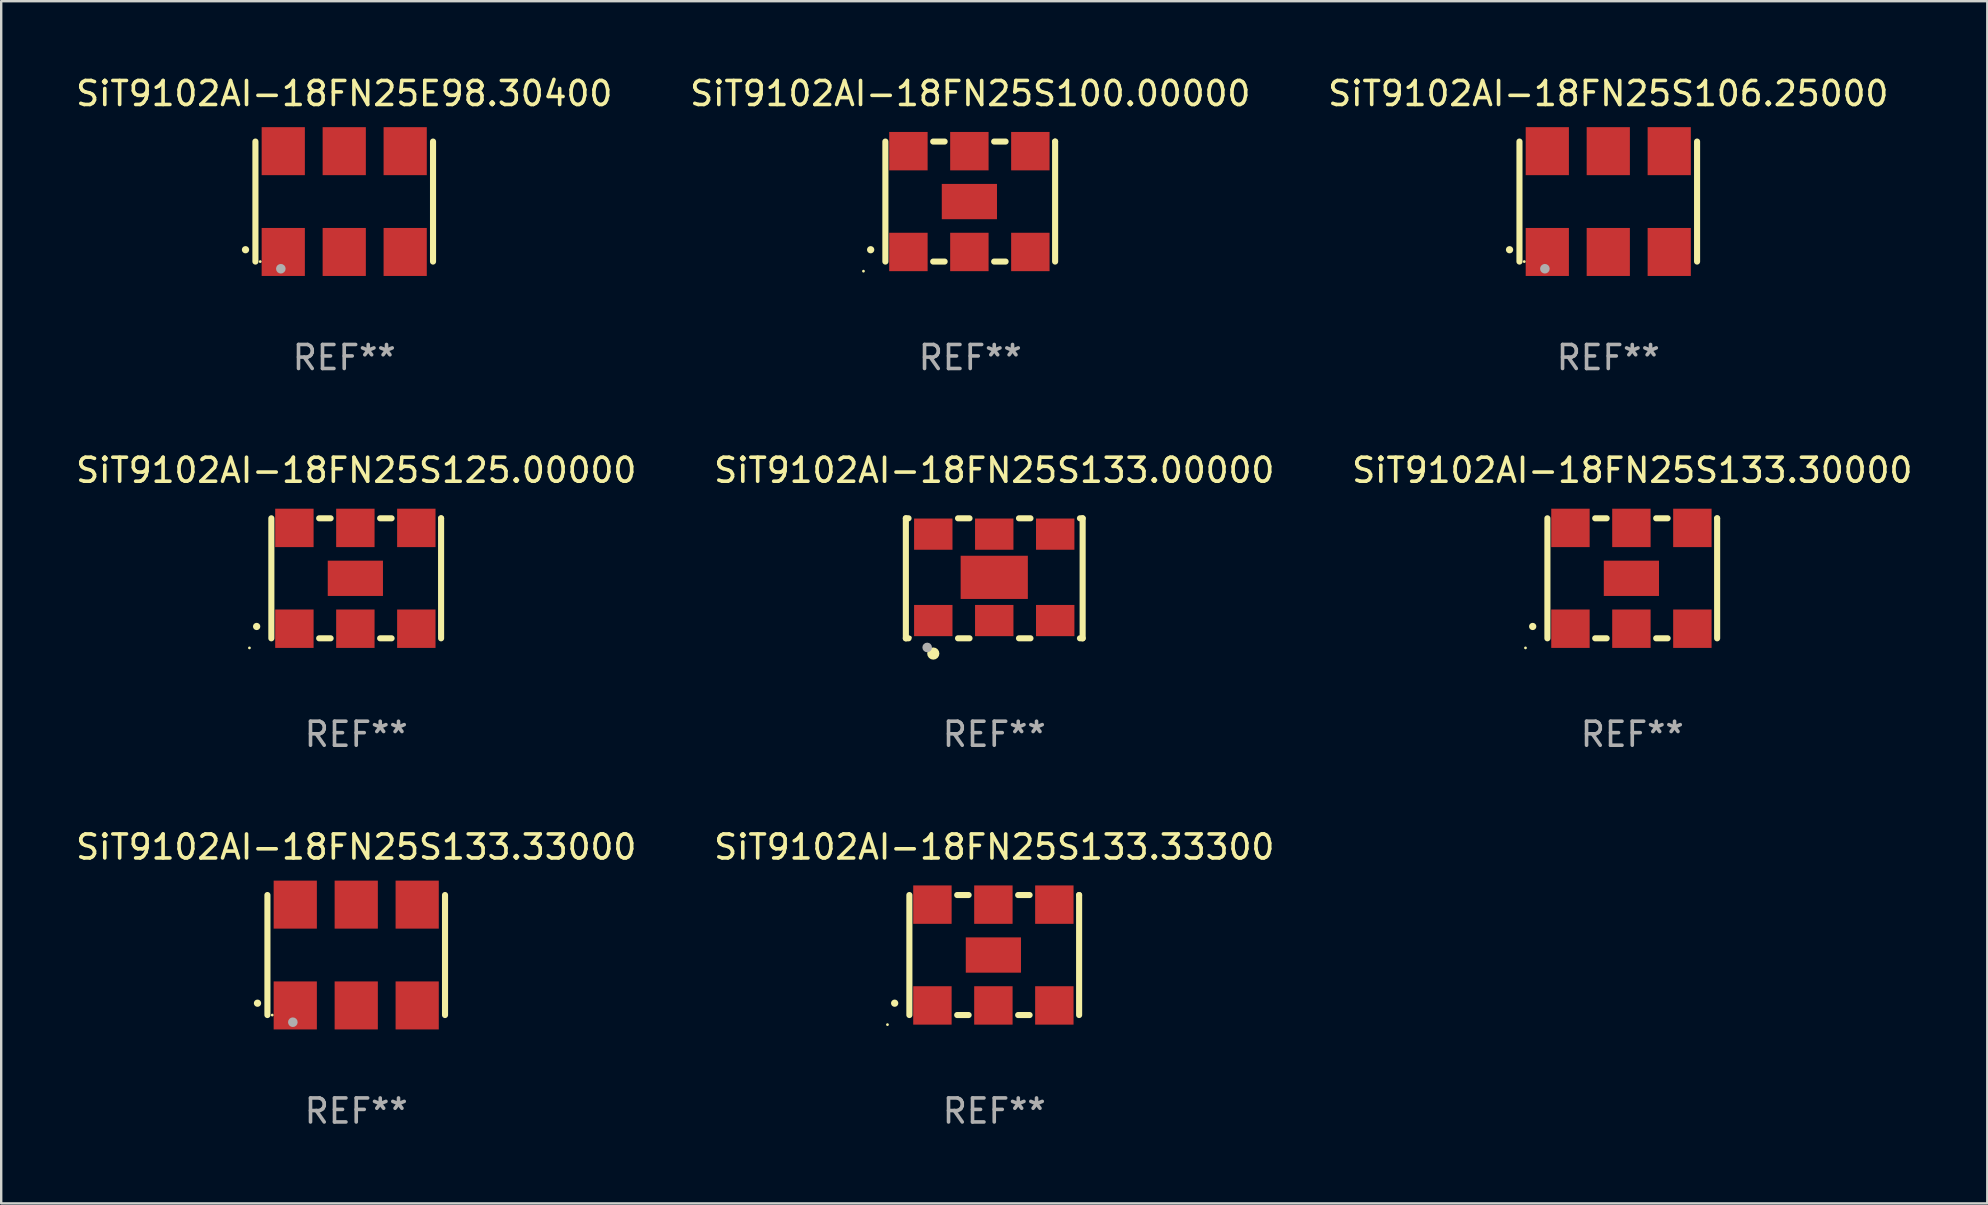
<source format=kicad_pcb>
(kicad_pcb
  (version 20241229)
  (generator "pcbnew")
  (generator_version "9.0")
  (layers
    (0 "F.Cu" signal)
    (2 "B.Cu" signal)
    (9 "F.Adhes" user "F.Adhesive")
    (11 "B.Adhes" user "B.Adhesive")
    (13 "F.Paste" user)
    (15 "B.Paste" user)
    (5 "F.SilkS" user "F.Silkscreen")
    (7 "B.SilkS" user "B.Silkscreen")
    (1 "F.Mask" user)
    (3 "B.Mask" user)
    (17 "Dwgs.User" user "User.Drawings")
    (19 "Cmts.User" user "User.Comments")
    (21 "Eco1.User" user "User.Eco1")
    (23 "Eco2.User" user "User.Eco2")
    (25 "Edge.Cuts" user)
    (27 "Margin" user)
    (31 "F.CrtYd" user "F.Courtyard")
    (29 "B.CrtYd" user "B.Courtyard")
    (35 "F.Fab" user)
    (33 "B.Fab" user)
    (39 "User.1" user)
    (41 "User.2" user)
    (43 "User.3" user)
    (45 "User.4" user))
  (footprint "SiT9102AI-18FN25E98.30400"
    (layer "F.Cu")
    (at 11.292 5.348)
    (property "Reference" "SiT9102AI-18FN25E98.30400" (at 0 -4.5 0) (layer "F.SilkS") (effects (font (size 1 1) (thickness 0.15))))
    (attr through_hole)
    (fp_line (start -3.7 -2.5) (end -3.7 2.5) (stroke (width 0.254) (type solid)) (layer "F.SilkS"))
    (fp_line (start 3.7 -2.5) (end 3.7 2.5) (stroke (width 0.254) (type solid)) (layer "F.SilkS"))
    (fp_arc (start -4.114415 2.006604) (mid -4.113145 2.006599) (end -4.111875 2.006604) (stroke (width 0.3) (type solid)) (layer "F.SilkS"))
    (fp_circle (center -3.5 2.501) (end -3.47 2.501) (stroke (width 0.06) (type solid)) (fill no) (layer "F.SilkS"))
    (fp_circle (center -2.641 2.799) (end -2.541 2.799) (stroke (width 0.2) (type solid)) (fill no) (layer "F.Fab"))
    (fp_text user "REF**" (at 0 6.5 0) (layer "F.Fab") (effects (font (size 1 1) (thickness 0.15))))
    (pad "1" smd rect (at -2.54 2.1) (size 1.8 2) (layers "F.Cu" "F.Mask" "F.Paste"))
    (pad "2" smd rect (at 0.000394 2.1) (size 1.8 2) (layers "F.Cu" "F.Mask" "F.Paste"))
    (pad "3" smd rect (at 2.54 2.1) (size 1.8 2) (layers "F.Cu" "F.Mask" "F.Paste"))
    (pad "4" smd rect (at 2.54 -2.1) (size 1.8 2) (layers "F.Cu" "F.Mask" "F.Paste"))
    (pad "5" smd rect (at 0.000394 -2.1) (size 1.8 2) (layers "F.Cu" "F.Mask" "F.Paste"))
    (pad "6" smd rect (at -2.54 -2.1) (size 1.8 2) (layers "F.Cu" "F.Mask" "F.Paste")))
  (footprint "SiT9102AI-18FN25S133.00000"
    (layer "F.Cu")
    (at 38.375 21.045)
    (property "Reference" "SiT9102AI-18FN25S133.00000" (at 0 -4.5 0) (layer "F.SilkS") (effects (font (size 1 1) (thickness 0.15))))
    (attr through_hole)
    (fp_line (start -3.683 -2.5) (end -3.571 -2.5) (stroke (width 0.254) (type solid)) (layer "F.SilkS"))
    (fp_line (start -3.683 2.5) (end -3.683 -2.5) (stroke (width 0.254) (type solid)) (layer "F.SilkS"))
    (fp_line (start -3.683 2.5) (end -3.571 2.5) (stroke (width 0.254) (type solid)) (layer "F.SilkS"))
    (fp_line (start -1.509 -2.5) (end -1.031 -2.5) (stroke (width 0.254) (type solid)) (layer "F.SilkS"))
    (fp_line (start -1.509 2.5) (end -1.031 2.5) (stroke (width 0.254) (type solid)) (layer "F.SilkS"))
    (fp_line (start 1.031 -2.5) (end 1.509 -2.5) (stroke (width 0.254) (type solid)) (layer "F.SilkS"))
    (fp_line (start 1.031 2.5) (end 1.509 2.5) (stroke (width 0.254) (type solid)) (layer "F.SilkS"))
    (fp_line (start 3.571 -2.5) (end 3.683 -2.5) (stroke (width 0.254) (type solid)) (layer "F.SilkS"))
    (fp_line (start 3.571 2.5) (end 3.683 2.5) (stroke (width 0.254) (type solid)) (layer "F.SilkS"))
    (fp_line (start 3.683 2.5) (end 3.683 -2.5) (stroke (width 0.254) (type solid)) (layer "F.SilkS"))
    (fp_circle (center -3.5 2.46) (end -3.47 2.46) (stroke (width 0.06) (type solid)) (fill no) (layer "F.SilkS"))
    (fp_circle (center -2.54 3.135) (end -2.413 3.135) (stroke (width 0.254) (type solid)) (fill no) (layer "F.SilkS"))
    (fp_circle (center -2.794 2.881) (end -2.694 2.881) (stroke (width 0.2) (type solid)) (fill no) (layer "F.Fab"))
    (fp_text user "REF**" (at 0 6.5 0) (layer "F.Fab") (effects (font (size 1 1) (thickness 0.15))))
    (pad "1" smd rect (at -2.54 1.76) (size 1.6 1.3) (layers "F.Cu" "F.Mask" "F.Paste"))
    (pad "2" smd rect (at 0 1.76) (size 1.6 1.3) (layers "F.Cu" "F.Mask" "F.Paste"))
    (pad "3" smd rect (at 2.54 1.76) (size 1.6 1.3) (layers "F.Cu" "F.Mask" "F.Paste"))
    (pad "4" smd rect (at 2.54 -1.84) (size 1.6 1.3) (layers "F.Cu" "F.Mask" "F.Paste"))
    (pad "5" smd rect (at 0 -1.84) (size 1.6 1.3) (layers "F.Cu" "F.Mask" "F.Paste"))
    (pad "6" smd rect (at -2.54 -1.84) (size 1.6 1.3) (layers "F.Cu" "F.Mask" "F.Paste"))
    (pad "7" smd rect (at 0 -0.04) (size 2.8 1.8) (layers "F.Cu" "F.Mask" "F.Paste")))
  (footprint "SiT9102AI-18FN25S100.00000"
    (layer "F.Cu")
    (at 37.375 5.348)
    (property "Reference" "SiT9102AI-18FN25S100.00000" (at 0 -4.5 0) (layer "F.SilkS") (effects (font (size 1 1) (thickness 0.15))))
    (attr through_hole)
    (fp_line (start -3.536 -2.5) (end -3.536 2.5) (stroke (width 0.254) (type solid)) (layer "F.SilkS"))
    (fp_line (start -1.544 2.5) (end -1.067 2.5) (stroke (width 0.254) (type solid)) (layer "F.SilkS"))
    (fp_line (start -1.067 -2.5) (end -1.544 -2.5) (stroke (width 0.254) (type solid)) (layer "F.SilkS"))
    (fp_line (start 0.996 2.5) (end 1.473 2.5) (stroke (width 0.254) (type solid)) (layer "F.SilkS"))
    (fp_line (start 1.473 -2.5) (end 0.996 -2.5) (stroke (width 0.254) (type solid)) (layer "F.SilkS"))
    (fp_line (start 3.536 -2.5) (end 3.536 -2.5) (stroke (width 0.254) (type solid)) (layer "F.SilkS"))
    (fp_line (start 3.536 2.5) (end 3.536 -2.5) (stroke (width 0.254) (type solid)) (layer "F.SilkS"))
    (fp_arc (start -4.150432 2.006604) (mid -4.149162 2.006599) (end -4.147892 2.006604) (stroke (width 0.3) (type solid)) (layer "F.SilkS"))
    (fp_circle (center -4.449 2.9) (end -4.419 2.9) (stroke (width 0.06) (type solid)) (fill no) (layer "F.SilkS"))
    (fp_text user "REF**" (at 0 6.5 0) (layer "F.Fab") (effects (font (size 1 1) (thickness 0.15))))
    (pad "1" smd rect (at -2.576 2.1) (size 1.6 1.6) (layers "F.Cu" "F.Mask" "F.Paste"))
    (pad "2" smd rect (at -0.036 2.1) (size 1.6 1.6) (layers "F.Cu" "F.Mask" "F.Paste"))
    (pad "3" smd rect (at 2.504 2.1) (size 1.6 1.6) (layers "F.Cu" "F.Mask" "F.Paste"))
    (pad "4" smd rect (at 2.504 -2.1) (size 1.6 1.6) (layers "F.Cu" "F.Mask" "F.Paste"))
    (pad "5" smd rect (at -0.036 -2.1) (size 1.6 1.6) (layers "F.Cu" "F.Mask" "F.Paste"))
    (pad "6" smd rect (at -2.576 -2.1) (size 1.6 1.6) (layers "F.Cu" "F.Mask" "F.Paste"))
    (pad "7" smd rect (at -0.036 0) (size 2.3 1.47) (layers "F.Cu" "F.Mask" "F.Paste")))
  (footprint "SiT9102AI-18FN25S106.25000"
    (layer "F.Cu")
    (at 63.958 5.348)
    (property "Reference" "SiT9102AI-18FN25S106.25000" (at 0 -4.5 0) (layer "F.SilkS") (effects (font (size 1 1) (thickness 0.15))))
    (attr through_hole)
    (fp_line (start -3.7 -2.5) (end -3.7 2.5) (stroke (width 0.254) (type solid)) (layer "F.SilkS"))
    (fp_line (start 3.7 -2.5) (end 3.7 2.5) (stroke (width 0.254) (type solid)) (layer "F.SilkS"))
    (fp_arc (start -4.114415 2.006604) (mid -4.113145 2.006599) (end -4.111875 2.006604) (stroke (width 0.3) (type solid)) (layer "F.SilkS"))
    (fp_circle (center -3.5 2.501) (end -3.47 2.501) (stroke (width 0.06) (type solid)) (fill no) (layer "F.SilkS"))
    (fp_circle (center -2.641 2.799) (end -2.541 2.799) (stroke (width 0.2) (type solid)) (fill no) (layer "F.Fab"))
    (fp_text user "REF**" (at 0 6.5 0) (layer "F.Fab") (effects (font (size 1 1) (thickness 0.15))))
    (pad "1" smd rect (at -2.54 2.1) (size 1.8 2) (layers "F.Cu" "F.Mask" "F.Paste"))
    (pad "2" smd rect (at 0.000394 2.1) (size 1.8 2) (layers "F.Cu" "F.Mask" "F.Paste"))
    (pad "3" smd rect (at 2.54 2.1) (size 1.8 2) (layers "F.Cu" "F.Mask" "F.Paste"))
    (pad "4" smd rect (at 2.54 -2.1) (size 1.8 2) (layers "F.Cu" "F.Mask" "F.Paste"))
    (pad "5" smd rect (at 0.000394 -2.1) (size 1.8 2) (layers "F.Cu" "F.Mask" "F.Paste"))
    (pad "6" smd rect (at -2.54 -2.1) (size 1.8 2) (layers "F.Cu" "F.Mask" "F.Paste")))
  (footprint "SiT9102AI-18FN25S133.33300"
    (layer "F.Cu")
    (at 38.375 36.741)
    (property "Reference" "SiT9102AI-18FN25S133.33300" (at 0 -4.5 0) (layer "F.SilkS") (effects (font (size 1 1) (thickness 0.15))))
    (attr through_hole)
    (fp_line (start -3.536 -2.5) (end -3.536 2.5) (stroke (width 0.254) (type solid)) (layer "F.SilkS"))
    (fp_line (start -1.544 2.5) (end -1.067 2.5) (stroke (width 0.254) (type solid)) (layer "F.SilkS"))
    (fp_line (start -1.067 -2.5) (end -1.544 -2.5) (stroke (width 0.254) (type solid)) (layer "F.SilkS"))
    (fp_line (start 0.996 2.5) (end 1.473 2.5) (stroke (width 0.254) (type solid)) (layer "F.SilkS"))
    (fp_line (start 1.473 -2.5) (end 0.996 -2.5) (stroke (width 0.254) (type solid)) (layer "F.SilkS"))
    (fp_line (start 3.536 -2.5) (end 3.536 -2.5) (stroke (width 0.254) (type solid)) (layer "F.SilkS"))
    (fp_line (start 3.536 2.5) (end 3.536 -2.5) (stroke (width 0.254) (type solid)) (layer "F.SilkS"))
    (fp_arc (start -4.150432 2.006604) (mid -4.149162 2.006599) (end -4.147892 2.006604) (stroke (width 0.3) (type solid)) (layer "F.SilkS"))
    (fp_circle (center -4.449 2.9) (end -4.419 2.9) (stroke (width 0.06) (type solid)) (fill no) (layer "F.SilkS"))
    (fp_text user "REF**" (at 0 6.5 0) (layer "F.Fab") (effects (font (size 1 1) (thickness 0.15))))
    (pad "1" smd rect (at -2.576 2.1) (size 1.6 1.6) (layers "F.Cu" "F.Mask" "F.Paste"))
    (pad "2" smd rect (at -0.036 2.1) (size 1.6 1.6) (layers "F.Cu" "F.Mask" "F.Paste"))
    (pad "3" smd rect (at 2.504 2.1) (size 1.6 1.6) (layers "F.Cu" "F.Mask" "F.Paste"))
    (pad "4" smd rect (at 2.504 -2.1) (size 1.6 1.6) (layers "F.Cu" "F.Mask" "F.Paste"))
    (pad "5" smd rect (at -0.036 -2.1) (size 1.6 1.6) (layers "F.Cu" "F.Mask" "F.Paste"))
    (pad "6" smd rect (at -2.576 -2.1) (size 1.6 1.6) (layers "F.Cu" "F.Mask" "F.Paste"))
    (pad "7" smd rect (at -0.036 0) (size 2.3 1.47) (layers "F.Cu" "F.Mask" "F.Paste")))
  (footprint "SiT9102AI-18FN25S133.33000"
    (layer "F.Cu")
    (at 11.792 36.741)
    (property "Reference" "SiT9102AI-18FN25S133.33000" (at 0 -4.5 0) (layer "F.SilkS") (effects (font (size 1 1) (thickness 0.15))))
    (attr through_hole)
    (fp_line (start -3.7 -2.5) (end -3.7 2.5) (stroke (width 0.254) (type solid)) (layer "F.SilkS"))
    (fp_line (start 3.7 -2.5) (end 3.7 2.5) (stroke (width 0.254) (type solid)) (layer "F.SilkS"))
    (fp_arc (start -4.114415 2.006604) (mid -4.113145 2.006599) (end -4.111875 2.006604) (stroke (width 0.3) (type solid)) (layer "F.SilkS"))
    (fp_circle (center -3.5 2.501) (end -3.47 2.501) (stroke (width 0.06) (type solid)) (fill no) (layer "F.SilkS"))
    (fp_circle (center -2.641 2.799) (end -2.541 2.799) (stroke (width 0.2) (type solid)) (fill no) (layer "F.Fab"))
    (fp_text user "REF**" (at 0 6.5 0) (layer "F.Fab") (effects (font (size 1 1) (thickness 0.15))))
    (pad "1" smd rect (at -2.54 2.1) (size 1.8 2) (layers "F.Cu" "F.Mask" "F.Paste"))
    (pad "2" smd rect (at 0.000394 2.1) (size 1.8 2) (layers "F.Cu" "F.Mask" "F.Paste"))
    (pad "3" smd rect (at 2.54 2.1) (size 1.8 2) (layers "F.Cu" "F.Mask" "F.Paste"))
    (pad "4" smd rect (at 2.54 -2.1) (size 1.8 2) (layers "F.Cu" "F.Mask" "F.Paste"))
    (pad "5" smd rect (at 0.000394 -2.1) (size 1.8 2) (layers "F.Cu" "F.Mask" "F.Paste"))
    (pad "6" smd rect (at -2.54 -2.1) (size 1.8 2) (layers "F.Cu" "F.Mask" "F.Paste")))
  (footprint "SiT9102AI-18FN25S133.30000"
    (layer "F.Cu")
    (at 64.958 21.045)
    (property "Reference" "SiT9102AI-18FN25S133.30000" (at 0 -4.5 0) (layer "F.SilkS") (effects (font (size 1 1) (thickness 0.15))))
    (attr through_hole)
    (fp_line (start -3.536 -2.5) (end -3.536 2.5) (stroke (width 0.254) (type solid)) (layer "F.SilkS"))
    (fp_line (start -1.544 2.5) (end -1.067 2.5) (stroke (width 0.254) (type solid)) (layer "F.SilkS"))
    (fp_line (start -1.067 -2.5) (end -1.544 -2.5) (stroke (width 0.254) (type solid)) (layer "F.SilkS"))
    (fp_line (start 0.996 2.5) (end 1.473 2.5) (stroke (width 0.254) (type solid)) (layer "F.SilkS"))
    (fp_line (start 1.473 -2.5) (end 0.996 -2.5) (stroke (width 0.254) (type solid)) (layer "F.SilkS"))
    (fp_line (start 3.536 -2.5) (end 3.536 -2.5) (stroke (width 0.254) (type solid)) (layer "F.SilkS"))
    (fp_line (start 3.536 2.5) (end 3.536 -2.5) (stroke (width 0.254) (type solid)) (layer "F.SilkS"))
    (fp_arc (start -4.150432 2.006604) (mid -4.149162 2.006599) (end -4.147892 2.006604) (stroke (width 0.3) (type solid)) (layer "F.SilkS"))
    (fp_circle (center -4.449 2.9) (end -4.419 2.9) (stroke (width 0.06) (type solid)) (fill no) (layer "F.SilkS"))
    (fp_text user "REF**" (at 0 6.5 0) (layer "F.Fab") (effects (font (size 1 1) (thickness 0.15))))
    (pad "1" smd rect (at -2.576 2.1) (size 1.6 1.6) (layers "F.Cu" "F.Mask" "F.Paste"))
    (pad "2" smd rect (at -0.036 2.1) (size 1.6 1.6) (layers "F.Cu" "F.Mask" "F.Paste"))
    (pad "3" smd rect (at 2.504 2.1) (size 1.6 1.6) (layers "F.Cu" "F.Mask" "F.Paste"))
    (pad "4" smd rect (at 2.504 -2.1) (size 1.6 1.6) (layers "F.Cu" "F.Mask" "F.Paste"))
    (pad "5" smd rect (at -0.036 -2.1) (size 1.6 1.6) (layers "F.Cu" "F.Mask" "F.Paste"))
    (pad "6" smd rect (at -2.576 -2.1) (size 1.6 1.6) (layers "F.Cu" "F.Mask" "F.Paste"))
    (pad "7" smd rect (at -0.036 0) (size 2.3 1.47) (layers "F.Cu" "F.Mask" "F.Paste")))
  (footprint "SiT9102AI-18FN25S125.00000"
    (layer "F.Cu")
    (at 11.792 21.045)
    (property "Reference" "SiT9102AI-18FN25S125.00000" (at 0 -4.5 0) (layer "F.SilkS") (effects (font (size 1 1) (thickness 0.15))))
    (attr through_hole)
    (fp_line (start -3.536 -2.5) (end -3.536 2.5) (stroke (width 0.254) (type solid)) (layer "F.SilkS"))
    (fp_line (start -1.544 2.5) (end -1.067 2.5) (stroke (width 0.254) (type solid)) (layer "F.SilkS"))
    (fp_line (start -1.067 -2.5) (end -1.544 -2.5) (stroke (width 0.254) (type solid)) (layer "F.SilkS"))
    (fp_line (start 0.996 2.5) (end 1.473 2.5) (stroke (width 0.254) (type solid)) (layer "F.SilkS"))
    (fp_line (start 1.473 -2.5) (end 0.996 -2.5) (stroke (width 0.254) (type solid)) (layer "F.SilkS"))
    (fp_line (start 3.536 -2.5) (end 3.536 -2.5) (stroke (width 0.254) (type solid)) (layer "F.SilkS"))
    (fp_line (start 3.536 2.5) (end 3.536 -2.5) (stroke (width 0.254) (type solid)) (layer "F.SilkS"))
    (fp_arc (start -4.150432 2.006604) (mid -4.149162 2.006599) (end -4.147892 2.006604) (stroke (width 0.3) (type solid)) (layer "F.SilkS"))
    (fp_circle (center -4.449 2.9) (end -4.419 2.9) (stroke (width 0.06) (type solid)) (fill no) (layer "F.SilkS"))
    (fp_text user "REF**" (at 0 6.5 0) (layer "F.Fab") (effects (font (size 1 1) (thickness 0.15))))
    (pad "1" smd rect (at -2.576 2.1) (size 1.6 1.6) (layers "F.Cu" "F.Mask" "F.Paste"))
    (pad "2" smd rect (at -0.036 2.1) (size 1.6 1.6) (layers "F.Cu" "F.Mask" "F.Paste"))
    (pad "3" smd rect (at 2.504 2.1) (size 1.6 1.6) (layers "F.Cu" "F.Mask" "F.Paste"))
    (pad "4" smd rect (at 2.504 -2.1) (size 1.6 1.6) (layers "F.Cu" "F.Mask" "F.Paste"))
    (pad "5" smd rect (at -0.036 -2.1) (size 1.6 1.6) (layers "F.Cu" "F.Mask" "F.Paste"))
    (pad "6" smd rect (at -2.576 -2.1) (size 1.6 1.6) (layers "F.Cu" "F.Mask" "F.Paste"))
    (pad "7" smd rect (at -0.036 0) (size 2.3 1.47) (layers "F.Cu" "F.Mask" "F.Paste")))
  (gr_rect
    (start -3 -3)
    (end 79.75 47.09)
    (stroke (width 0.1) (type default))
    (fill no)
    (layer "Edge.Cuts")))
</source>
